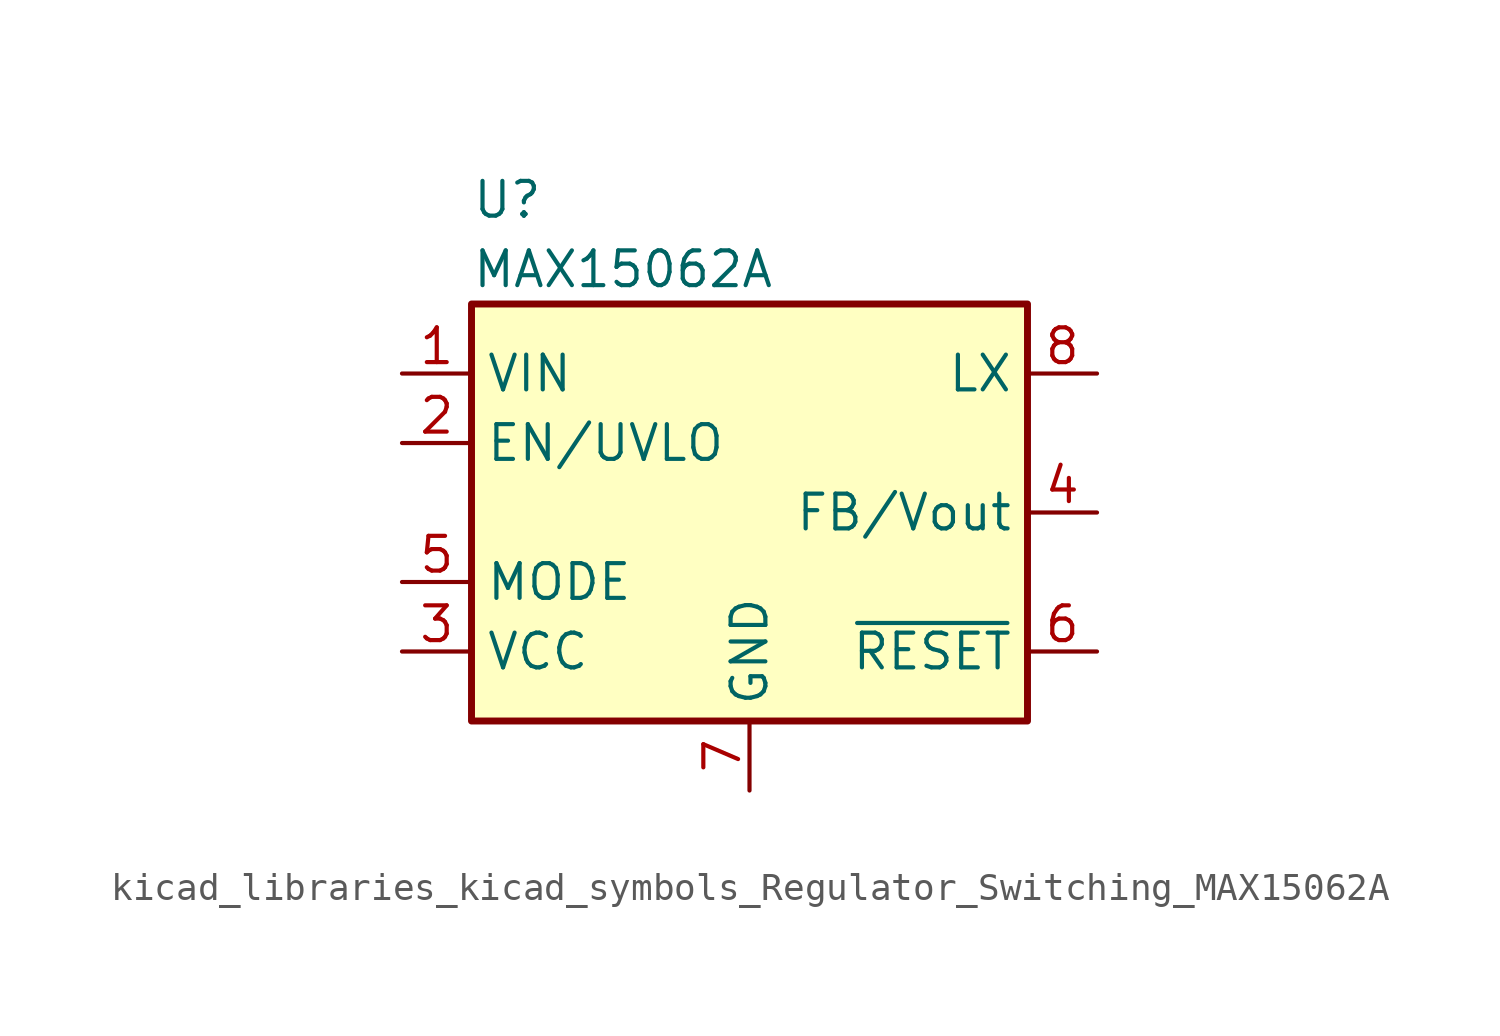
<source format=kicad_sym>
(kicad_symbol_lib
  (version 20220914)
  (generator kicad_symbol_editor)
  (symbol "kicad_libraries_kicad_symbols_Regulator_Switching_MAX15062A"
    (property "Reference" "U"
      (at -10.16 11.43 0)
      (effects (font (size 1.27 1.27)) (justify left)))
    (property "Value" "MAX15062A"
      (at -10.16 8.89 0)
      (effects (font (size 1.27 1.27)) (justify left)))
    (symbol "kicad_libraries_kicad_symbols_Regulator_Switching_MAX15062A_0_1"
      (rectangle (start -10.16 7.62) (end 10.16 -7.62) (stroke (width 0.254) (type default)) (fill (type background))))
    (symbol "kicad_libraries_kicad_symbols_Regulator_Switching_MAX15062A_1_1"
      (pin power_in line (at -12.7 5.08 0) (length 2.54) (name "VIN" (effects (font (size 1.27 1.27)))) (number "1" (effects (font (size 1.27 1.27)))))
      (pin input line (at -12.7 2.54 0) (length 2.54) (name "EN/UVLO" (effects (font (size 1.27 1.27)))) (number "2" (effects (font (size 1.27 1.27)))))
      (pin power_out line (at -12.7 -5.08 0) (length 2.54) (name "VCC" (effects (font (size 1.27 1.27)))) (number "3" (effects (font (size 1.27 1.27)))))
      (pin input line (at 12.7 0 180) (length 2.54) (name "FB/Vout" (effects (font (size 1.27 1.27)))) (number "4" (effects (font (size 1.27 1.27)))))
      (pin input line (at -12.7 -2.54 0) (length 2.54) (name "MODE" (effects (font (size 1.27 1.27)))) (number "5" (effects (font (size 1.27 1.27)))))
      (pin open_collector line (at 12.7 -5.08 180) (length 2.54) (name "~{RESET}" (effects (font (size 1.27 1.27)))) (number "6" (effects (font (size 1.27 1.27)))))
      (pin power_in line (at 0 -10.16 90) (length 2.54) (name "GND" (effects (font (size 1.27 1.27)))) (number "7" (effects (font (size 1.27 1.27)))))
      (pin power_out line (at 12.7 5.08 180) (length 2.54) (name "LX" (effects (font (size 1.27 1.27)))) (number "8" (effects (font (size 1.27 1.27))))))))
</source>
